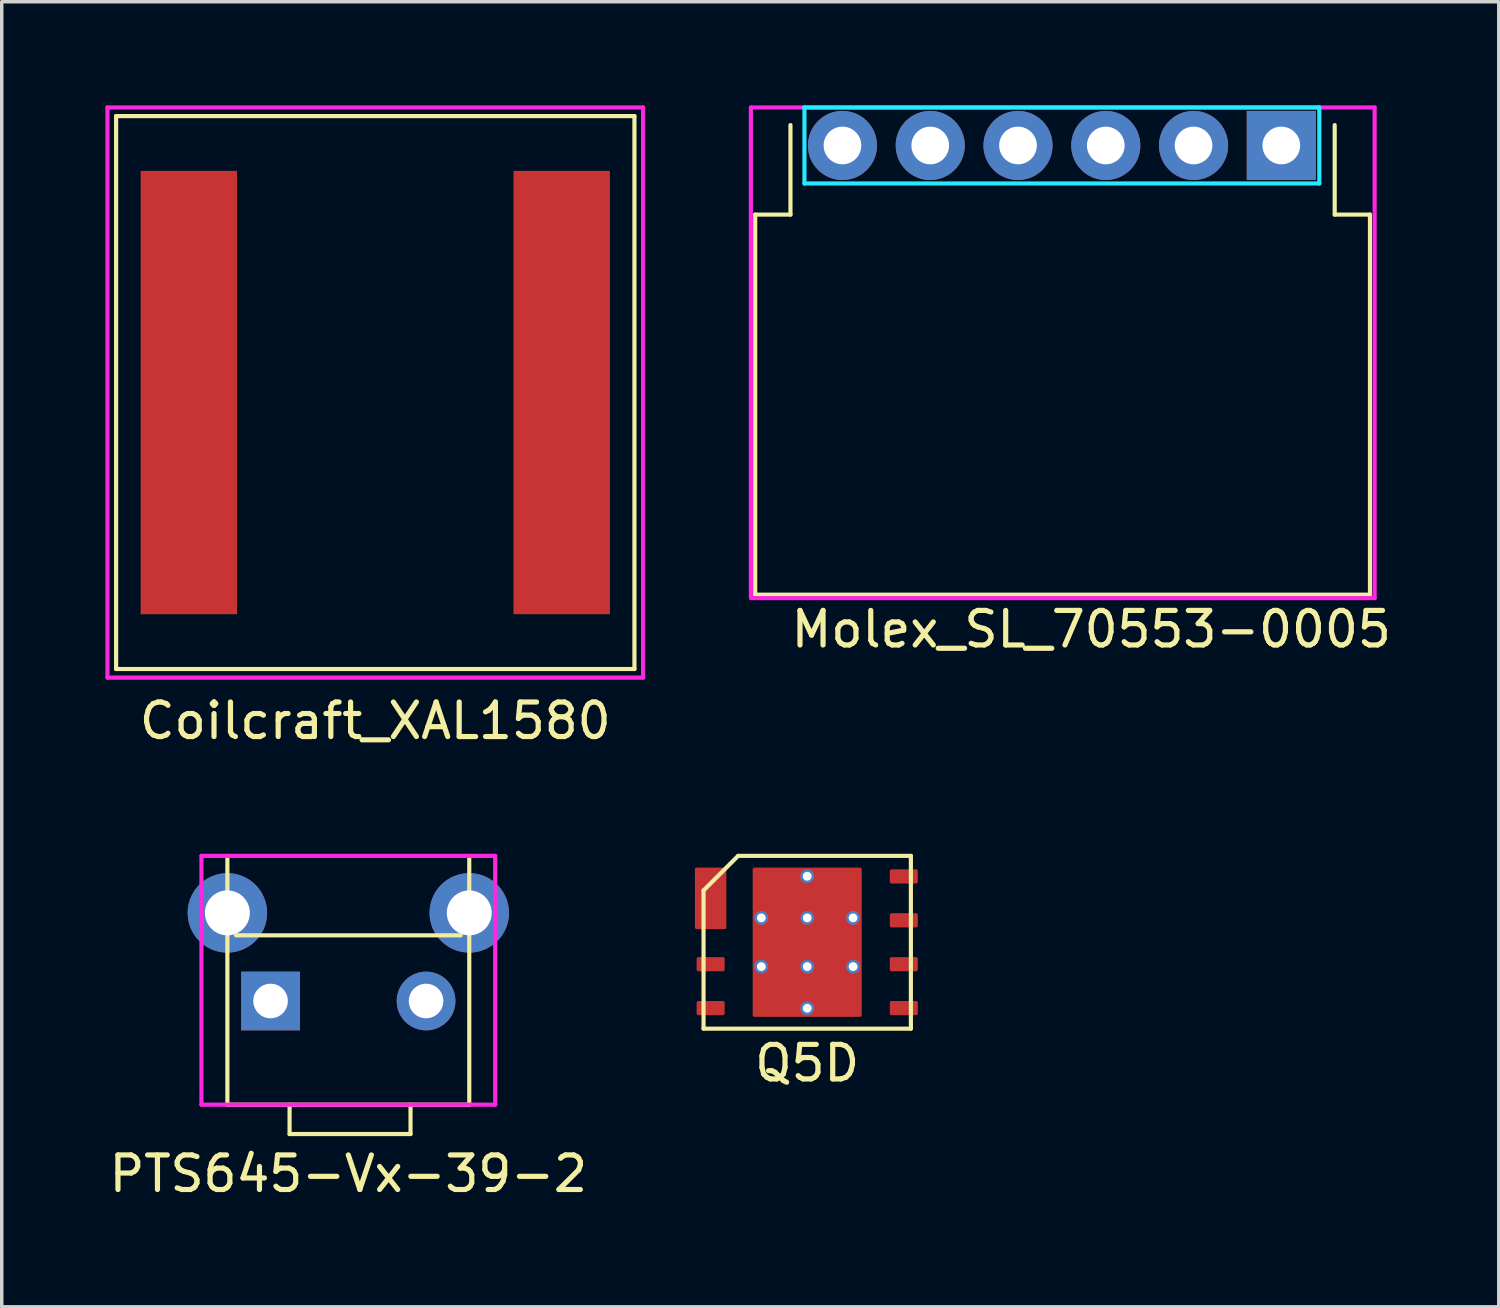
<source format=kicad_pcb>
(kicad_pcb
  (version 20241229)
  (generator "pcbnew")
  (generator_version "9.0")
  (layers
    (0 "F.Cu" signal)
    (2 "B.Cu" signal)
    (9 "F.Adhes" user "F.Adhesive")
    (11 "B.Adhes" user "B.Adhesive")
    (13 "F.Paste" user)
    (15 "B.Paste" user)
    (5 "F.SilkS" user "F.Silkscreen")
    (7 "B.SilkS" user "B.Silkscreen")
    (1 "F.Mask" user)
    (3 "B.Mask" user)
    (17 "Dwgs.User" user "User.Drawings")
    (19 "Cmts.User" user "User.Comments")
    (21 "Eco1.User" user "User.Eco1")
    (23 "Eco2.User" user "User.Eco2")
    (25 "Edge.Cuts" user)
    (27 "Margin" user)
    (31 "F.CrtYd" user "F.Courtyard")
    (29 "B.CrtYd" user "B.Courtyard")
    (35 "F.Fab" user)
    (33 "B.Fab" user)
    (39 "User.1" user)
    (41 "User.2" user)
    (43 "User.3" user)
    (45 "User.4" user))
  (footprint "PTS645-Vx-39-2"
    (layer "F.Cu")
    (at 4.78 25.918)
    (property "Reference" "PTS645-Vx-39-2" (at 2.25 5 0) (layer "F.SilkS") (effects (font (size 1 1) (thickness 0.15))))
    (attr through_hole)
    (fp_line (start -1.25 -4.2) (end -1.25 3) (stroke (width 0.12) (type solid)) (layer "F.SilkS"))
    (fp_line (start 0.55 3.85) (end 0.55 3) (stroke (width 0.12) (type solid)) (layer "F.SilkS"))
    (fp_line (start 2.3 3.85) (end 0.55 3.85) (stroke (width 0.12) (type solid)) (layer "F.SilkS"))
    (fp_line (start 2.3 3.85) (end 4.05 3.85) (stroke (width 0.12) (type solid)) (layer "F.SilkS"))
    (fp_line (start 4.05 3.85) (end 4.05 3) (stroke (width 0.12) (type solid)) (layer "F.SilkS"))
    (fp_line (start 5.5 -1.9) (end -1 -1.9) (stroke (width 0.12) (type solid)) (layer "F.SilkS"))
    (fp_line (start 5.75 -4.2) (end 5.75 3) (stroke (width 0.12) (type solid)) (layer "F.SilkS"))
    (fp_line (start 5.75 3) (end -1.25 3) (stroke (width 0.12) (type solid)) (layer "F.SilkS"))
    (fp_line (start -2 -4.2) (end 6.5 -4.2) (stroke (width 0.12) (type solid)) (layer "F.CrtYd"))
    (fp_line (start -2 3) (end -2 -4.2) (stroke (width 0.12) (type solid)) (layer "F.CrtYd"))
    (fp_line (start 6.5 -4.2) (end 6.5 3) (stroke (width 0.12) (type solid)) (layer "F.CrtYd"))
    (fp_line (start 6.5 3) (end -2 3) (stroke (width 0.12) (type solid)) (layer "F.CrtYd"))
    (pad "" np_thru_hole circle (at -1.25 -2.55) (size 2.3 2.3) (drill 1.3) (layers "*.Cu" "*.Mask"))
    (pad "" np_thru_hole circle (at 5.75 -2.55) (size 2.3 2.3) (drill 1.3) (layers "*.Cu" "*.Mask"))
    (pad "1" thru_hole rect (at 0 0) (size 1.7 1.7) (drill 1) (layers "*.Cu" "*.Mask"))
    (pad "2" thru_hole circle (at 4.5 0) (size 1.7 1.7) (drill 1) (layers "*.Cu" "*.Mask")))
  (footprint "Q5D"
    (layer "F.Cu")
    (at 20.31 24.218)
    (property "Reference" "Q5D" (at 0 3.5 0) (layer "F.SilkS") (effects (font (size 1 1) (thickness 0.15))))
    (attr through_hole)
    (fp_poly (pts (xy -3.2 -2.11) (xy -2.39 -2.11) (xy -2.39 -0.43) (xy -3.2 -0.43)) (stroke (width 0.1) (type solid)) (fill yes) (layer "F.Cu"))
    (fp_poly (pts (xy -3.15 -2.06) (xy -2.44 -2.06) (xy -2.44 -0.48) (xy -3.15 -0.48) (xy -3.15 -0.79) (xy -2.8 -0.79) (xy -2.8 -1.75) (xy -3.15 -1.75)) (stroke (width 0.1) (type solid)) (fill yes) (layer "F.Mask"))
    (fp_line (start -3 -1.5) (end -3 2.5) (stroke (width 0.12) (type solid)) (layer "F.SilkS"))
    (fp_line (start -3 2.5) (end 3 2.5) (stroke (width 0.12) (type solid)) (layer "F.SilkS"))
    (fp_line (start -2 -2.5) (end -3 -1.5) (stroke (width 0.12) (type solid)) (layer "F.SilkS"))
    (fp_line (start 3 -2.5) (end -2 -2.5) (stroke (width 0.12) (type solid)) (layer "F.SilkS"))
    (fp_line (start 3 2.5) (end 3 -2.5) (stroke (width 0.12) (type solid)) (layer "F.SilkS"))
    (fp_poly (pts (xy -2.8 -1.5) (xy -2.8 -1.04) (xy -2.44 -1.04) (xy -2.44 -1.5)) (stroke (width 0.1) (type solid)) (fill yes) (layer "F.Paste"))
    (pad "1" smd roundrect (at -2.795 -1.905) (size 0.81 0.41) (layers "F.Cu" "F.Mask" "F.Paste") (roundrect_rratio 0.122))
    (pad "2" smd roundrect (at -2.795 -0.635) (size 0.81 0.41) (layers "F.Cu" "F.Mask" "F.Paste") (roundrect_rratio 0.122))
    (pad "3" smd roundrect (at -2.795 0.635) (size 0.81 0.41) (layers "F.Cu" "F.Mask" "F.Paste") (roundrect_rratio 0.122))
    (pad "4" smd roundrect (at -2.795 1.905) (size 0.81 0.41) (layers "F.Cu" "F.Mask" "F.Paste") (roundrect_rratio 0.122))
    (pad "5" smd roundrect (at 2.795 1.905) (size 0.81 0.41) (layers "F.Cu" "F.Mask" "F.Paste") (roundrect_rratio 0.122))
    (pad "6" smd roundrect (at 2.795 0.635) (size 0.81 0.41) (layers "F.Cu" "F.Mask" "F.Paste") (roundrect_rratio 0.122))
    (pad "7" smd roundrect (at 2.795 -0.635) (size 0.81 0.41) (layers "F.Cu" "F.Mask" "F.Paste") (roundrect_rratio 0.122))
    (pad "8" smd roundrect (at 2.795 -1.905) (size 0.81 0.41) (layers "F.Cu" "F.Mask" "F.Paste") (roundrect_rratio 0.122))
    (pad "GND" thru_hole circle (at -1.328 -0.705) (size 0.4 0.4) (drill 0.254) (layers "*.Cu" "F.Mask"))
    (pad "GND" thru_hole circle (at -1.328 0.705) (size 0.4 0.4) (drill 0.254) (layers "*.Cu" "F.Mask"))
    (pad "GND" smd roundrect (at -0.785 -1.41) (size 1.31 1.11) (layers "F.Cu" "F.Mask" "F.Paste") (roundrect_rratio 0.041))
    (pad "GND" smd roundrect (at -0.785 0) (size 1.31 1.15) (layers "F.Cu" "F.Mask" "F.Paste") (roundrect_rratio 0.041))
    (pad "GND" smd roundrect (at -0.785 1.41) (size 1.31 1.15) (layers "F.Cu" "F.Mask" "F.Paste") (roundrect_rratio 0.041))
    (pad "GND" thru_hole circle (at 0 -1.91) (size 0.4 0.4) (drill 0.254) (layers "*.Cu" "F.Mask"))
    (pad "GND" thru_hole circle (at 0 -0.705) (size 0.4 0.4) (drill 0.254) (layers "*.Cu" "F.Mask"))
    (pad "GND" smd roundrect (at 0 0) (size 3.156 4.319) (layers "F.Cu" "F.Mask") (roundrect_rratio 0.016))
    (pad "GND" thru_hole circle (at 0 0.705) (size 0.4 0.4) (drill 0.254) (layers "*.Cu" "F.Mask"))
    (pad "GND" thru_hole circle (at 0 1.91) (size 0.4 0.4) (drill 0.254) (layers "*.Cu" "F.Mask"))
    (pad "GND" smd roundrect (at 0.785 -1.41) (size 1.31 1.15) (layers "F.Cu" "F.Mask" "F.Paste") (roundrect_rratio 0.041))
    (pad "GND" smd roundrect (at 0.785 0) (size 1.31 1.15) (layers "F.Cu" "F.Mask" "F.Paste") (roundrect_rratio 0.041))
    (pad "GND" smd roundrect (at 0.785 1.41) (size 1.31 1.15) (layers "F.Cu" "F.Mask" "F.Paste") (roundrect_rratio 0.041))
    (pad "GND" thru_hole circle (at 1.328 -0.705) (size 0.4 0.4) (drill 0.254) (layers "*.Cu" "F.Mask"))
    (pad "GND" thru_hole circle (at 1.328 0.705) (size 0.4 0.4) (drill 0.254) (layers "*.Cu" "F.Mask")))
  (footprint "Coilcraft_XAL1580"
    (layer "F.Cu")
    (at 7.81 8.31)
    (property "Reference" "Coilcraft_XAL1580" (at 0 9.5 0) (layer "F.SilkS") (effects (font (size 1 1) (thickness 0.15))))
    (attr through_hole)
    (fp_line (start -7.5 -8) (end -7.5 8) (stroke (width 0.12) (type solid)) (layer "F.SilkS"))
    (fp_line (start -7.5 8) (end 7.5 8) (stroke (width 0.12) (type solid)) (layer "F.SilkS"))
    (fp_line (start 7.5 -8) (end -7.5 -8) (stroke (width 0.12) (type solid)) (layer "F.SilkS"))
    (fp_line (start 7.5 8) (end 7.5 -8) (stroke (width 0.12) (type solid)) (layer "F.SilkS"))
    (fp_line (start -7.75 -8.25) (end -7.75 8.25) (stroke (width 0.12) (type solid)) (layer "F.CrtYd"))
    (fp_line (start -7.75 8.25) (end 7.75 8.25) (stroke (width 0.12) (type solid)) (layer "F.CrtYd"))
    (fp_line (start 7.75 -8.25) (end -7.75 -8.25) (stroke (width 0.12) (type solid)) (layer "F.CrtYd"))
    (fp_line (start 7.75 8.25) (end 7.75 -8.25) (stroke (width 0.12) (type solid)) (layer "F.CrtYd"))
    (pad "1" smd rect (at 5.395 0) (size 2.79 12.83) (layers "F.Cu" "F.Mask" "F.Paste"))
    (pad "2" smd rect (at -5.395 0) (size 2.79 12.83) (layers "F.Cu" "F.Mask" "F.Paste")))
  (footprint "Molex_SL_70553-0005"
    (layer "F.Cu")
    (at 34.03 1.16)
    (property "Reference" "Molex_SL_70553-0005" (at -5.5 14 0) (layer "F.SilkS") (effects (font (size 1 1) (thickness 0.15))))
    (attr through_hole)
    (fp_line (start -15.225 2) (end -14.205 2) (stroke (width 0.12) (type solid)) (layer "F.SilkS"))
    (fp_line (start -15.225 13) (end -15.225 2) (stroke (width 0.12) (type solid)) (layer "F.SilkS"))
    (fp_line (start -14.205 2) (end -14.205 -0.59) (stroke (width 0.12) (type solid)) (layer "F.SilkS"))
    (fp_line (start 1.545 2) (end 1.545 -0.59) (stroke (width 0.12) (type solid)) (layer "F.SilkS"))
    (fp_line (start 2.565 2) (end 1.545 2) (stroke (width 0.12) (type solid)) (layer "F.SilkS"))
    (fp_line (start 2.565 2) (end 2.565 13) (stroke (width 0.12) (type solid)) (layer "F.SilkS"))
    (fp_line (start 2.565 13) (end -15.225 13) (stroke (width 0.12) (type solid)) (layer "F.SilkS"))
    (fp_line (start -13.8 -1.1) (end 1.1 -1.1) (stroke (width 0.12) (type solid)) (layer "B.CrtYd"))
    (fp_line (start -13.8 1.1) (end -13.8 -1.1) (stroke (width 0.12) (type solid)) (layer "B.CrtYd"))
    (fp_line (start 1.1 -1.1) (end 1.1 1.1) (stroke (width 0.12) (type solid)) (layer "B.CrtYd"))
    (fp_line (start 1.1 1.1) (end -13.8 1.1) (stroke (width 0.12) (type solid)) (layer "B.CrtYd"))
    (fp_line (start -15.35 -1.1) (end -15.35 13.1) (stroke (width 0.12) (type solid)) (layer "F.CrtYd"))
    (fp_line (start -15.3 13.1) (end 2.7 13.1) (stroke (width 0.12) (type solid)) (layer "F.CrtYd"))
    (fp_line (start 2.7 -1.1) (end -15.35 -1.1) (stroke (width 0.12) (type solid)) (layer "F.CrtYd"))
    (fp_line (start 2.7 13.1) (end 2.7 -1.1) (stroke (width 0.12) (type solid)) (layer "F.CrtYd"))
    (pad "1" thru_hole rect (at 0 0) (size 2 2) (drill 1.09) (layers "*.Cu" "*.Mask"))
    (pad "2" thru_hole circle (at -2.54 0) (size 2 2) (drill 1.09) (layers "*.Cu" "*.Mask"))
    (pad "3" thru_hole circle (at -5.08 0) (size 2 2) (drill 1.09) (layers "*.Cu" "*.Mask"))
    (pad "4" thru_hole circle (at -7.62 0) (size 2 2) (drill 1.09) (layers "*.Cu" "*.Mask"))
    (pad "5" thru_hole circle (at -10.16 0) (size 2 2) (drill 1.09) (layers "*.Cu" "*.Mask"))
    (pad "6" thru_hole circle (at -12.7 0) (size 2 2) (drill 1.09) (layers "*.Cu" "*.Mask")))
  (gr_rect
    (start -3 -3)
    (end 40.322 34.767)
    (stroke (width 0.1) (type default))
    (fill no)
    (layer "Edge.Cuts")))
</source>
